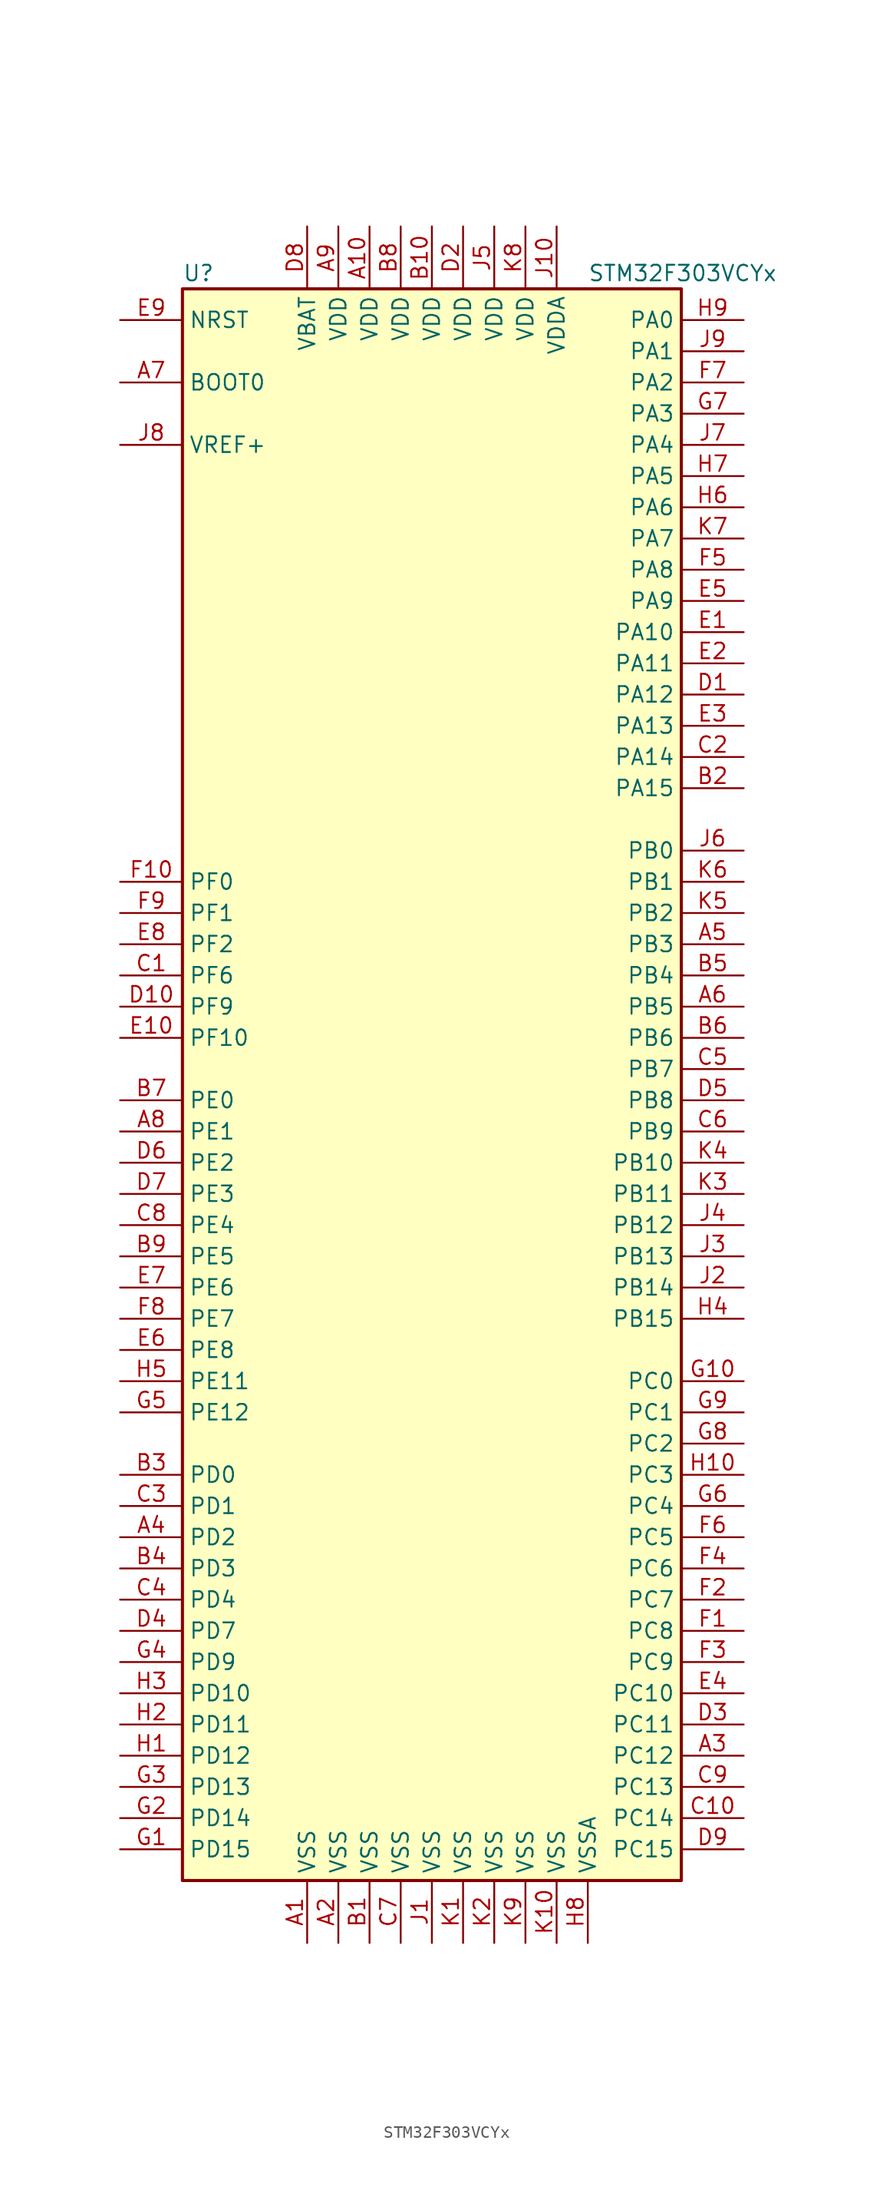
<source format=kicad_sym>
(kicad_symbol_lib
  (version 20201005)
  (generator kicad_symbol_editor)
  (symbol "STM32F303VCYx"
    (property "Reference" "U"
      (at -20.32 64.77 0)
      (effects (font (size 1.27 1.27)) (justify left)))
    (property "Value" "STM32F303VCYx"
      (at 12.7 64.77 0)
      (effects (font (size 1.27 1.27)) (justify left)))
    (symbol "STM32F303VCYx_0_1"
      (rectangle (start -20.32 -66.04) (end 20.32 63.5) (stroke (width 0.254)) (fill (type background))))
    (symbol "STM32F303VCYx_1_1"
      (pin power_in line (at -10.16 -71.12 90) (length 5.08) (name "VSS" (effects (font (size 1.27 1.27)))) (number "A1" (effects (font (size 1.27 1.27)))))
      (pin power_in line (at -5.08 68.58 270) (length 5.08) (name "VDD" (effects (font (size 1.27 1.27)))) (number "A10" (effects (font (size 1.27 1.27)))))
      (pin power_in line (at -7.62 -71.12 90) (length 5.08) (name "VSS" (effects (font (size 1.27 1.27)))) (number "A2" (effects (font (size 1.27 1.27)))))
      (pin bidirectional line (at 25.4 -55.88 180) (length 5.08) (name "PC12" (effects (font (size 1.27 1.27)))) (number "A3" (effects (font (size 1.27 1.27)))))
      (pin bidirectional line (at -25.4 -38.1 0) (length 5.08) (name "PD2" (effects (font (size 1.27 1.27)))) (number "A4" (effects (font (size 1.27 1.27)))))
      (pin bidirectional line (at 25.4 10.16 180) (length 5.08) (name "PB3" (effects (font (size 1.27 1.27)))) (number "A5" (effects (font (size 1.27 1.27)))))
      (pin bidirectional line (at 25.4 5.08 180) (length 5.08) (name "PB5" (effects (font (size 1.27 1.27)))) (number "A6" (effects (font (size 1.27 1.27)))))
      (pin input line (at -25.4 55.88 0) (length 5.08) (name "BOOT0" (effects (font (size 1.27 1.27)))) (number "A7" (effects (font (size 1.27 1.27)))))
      (pin bidirectional line (at -25.4 -5.08 0) (length 5.08) (name "PE1" (effects (font (size 1.27 1.27)))) (number "A8" (effects (font (size 1.27 1.27)))))
      (pin power_in line (at -7.62 68.58 270) (length 5.08) (name "VDD" (effects (font (size 1.27 1.27)))) (number "A9" (effects (font (size 1.27 1.27)))))
      (pin power_in line (at -5.08 -71.12 90) (length 5.08) (name "VSS" (effects (font (size 1.27 1.27)))) (number "B1" (effects (font (size 1.27 1.27)))))
      (pin power_in line (at 0 68.58 270) (length 5.08) (name "VDD" (effects (font (size 1.27 1.27)))) (number "B10" (effects (font (size 1.27 1.27)))))
      (pin bidirectional line (at 25.4 22.86 180) (length 5.08) (name "PA15" (effects (font (size 1.27 1.27)))) (number "B2" (effects (font (size 1.27 1.27)))))
      (pin bidirectional line (at -25.4 -33.02 0) (length 5.08) (name "PD0" (effects (font (size 1.27 1.27)))) (number "B3" (effects (font (size 1.27 1.27)))))
      (pin bidirectional line (at -25.4 -40.64 0) (length 5.08) (name "PD3" (effects (font (size 1.27 1.27)))) (number "B4" (effects (font (size 1.27 1.27)))))
      (pin bidirectional line (at 25.4 7.62 180) (length 5.08) (name "PB4" (effects (font (size 1.27 1.27)))) (number "B5" (effects (font (size 1.27 1.27)))))
      (pin bidirectional line (at 25.4 2.54 180) (length 5.08) (name "PB6" (effects (font (size 1.27 1.27)))) (number "B6" (effects (font (size 1.27 1.27)))))
      (pin bidirectional line (at -25.4 -2.54 0) (length 5.08) (name "PE0" (effects (font (size 1.27 1.27)))) (number "B7" (effects (font (size 1.27 1.27)))))
      (pin power_in line (at -2.54 68.58 270) (length 5.08) (name "VDD" (effects (font (size 1.27 1.27)))) (number "B8" (effects (font (size 1.27 1.27)))))
      (pin bidirectional line (at -25.4 -15.24 0) (length 5.08) (name "PE5" (effects (font (size 1.27 1.27)))) (number "B9" (effects (font (size 1.27 1.27)))))
      (pin bidirectional line (at -25.4 7.62 0) (length 5.08) (name "PF6" (effects (font (size 1.27 1.27)))) (number "C1" (effects (font (size 1.27 1.27)))))
      (pin bidirectional line (at 25.4 -60.96 180) (length 5.08) (name "PC14" (effects (font (size 1.27 1.27)))) (number "C10" (effects (font (size 1.27 1.27)))))
      (pin bidirectional line (at 25.4 25.4 180) (length 5.08) (name "PA14" (effects (font (size 1.27 1.27)))) (number "C2" (effects (font (size 1.27 1.27)))))
      (pin bidirectional line (at -25.4 -35.56 0) (length 5.08) (name "PD1" (effects (font (size 1.27 1.27)))) (number "C3" (effects (font (size 1.27 1.27)))))
      (pin bidirectional line (at -25.4 -43.18 0) (length 5.08) (name "PD4" (effects (font (size 1.27 1.27)))) (number "C4" (effects (font (size 1.27 1.27)))))
      (pin bidirectional line (at 25.4 0 180) (length 5.08) (name "PB7" (effects (font (size 1.27 1.27)))) (number "C5" (effects (font (size 1.27 1.27)))))
      (pin bidirectional line (at 25.4 -5.08 180) (length 5.08) (name "PB9" (effects (font (size 1.27 1.27)))) (number "C6" (effects (font (size 1.27 1.27)))))
      (pin power_in line (at -2.54 -71.12 90) (length 5.08) (name "VSS" (effects (font (size 1.27 1.27)))) (number "C7" (effects (font (size 1.27 1.27)))))
      (pin bidirectional line (at -25.4 -12.7 0) (length 5.08) (name "PE4" (effects (font (size 1.27 1.27)))) (number "C8" (effects (font (size 1.27 1.27)))))
      (pin bidirectional line (at 25.4 -58.42 180) (length 5.08) (name "PC13" (effects (font (size 1.27 1.27)))) (number "C9" (effects (font (size 1.27 1.27)))))
      (pin bidirectional line (at 25.4 30.48 180) (length 5.08) (name "PA12" (effects (font (size 1.27 1.27)))) (number "D1" (effects (font (size 1.27 1.27)))))
      (pin bidirectional line (at -25.4 5.08 0) (length 5.08) (name "PF9" (effects (font (size 1.27 1.27)))) (number "D10" (effects (font (size 1.27 1.27)))))
      (pin power_in line (at 2.54 68.58 270) (length 5.08) (name "VDD" (effects (font (size 1.27 1.27)))) (number "D2" (effects (font (size 1.27 1.27)))))
      (pin bidirectional line (at 25.4 -53.34 180) (length 5.08) (name "PC11" (effects (font (size 1.27 1.27)))) (number "D3" (effects (font (size 1.27 1.27)))))
      (pin bidirectional line (at -25.4 -45.72 0) (length 5.08) (name "PD7" (effects (font (size 1.27 1.27)))) (number "D4" (effects (font (size 1.27 1.27)))))
      (pin bidirectional line (at 25.4 -2.54 180) (length 5.08) (name "PB8" (effects (font (size 1.27 1.27)))) (number "D5" (effects (font (size 1.27 1.27)))))
      (pin bidirectional line (at -25.4 -7.62 0) (length 5.08) (name "PE2" (effects (font (size 1.27 1.27)))) (number "D6" (effects (font (size 1.27 1.27)))))
      (pin bidirectional line (at -25.4 -10.16 0) (length 5.08) (name "PE3" (effects (font (size 1.27 1.27)))) (number "D7" (effects (font (size 1.27 1.27)))))
      (pin power_in line (at -10.16 68.58 270) (length 5.08) (name "VBAT" (effects (font (size 1.27 1.27)))) (number "D8" (effects (font (size 1.27 1.27)))))
      (pin bidirectional line (at 25.4 -63.5 180) (length 5.08) (name "PC15" (effects (font (size 1.27 1.27)))) (number "D9" (effects (font (size 1.27 1.27)))))
      (pin bidirectional line (at 25.4 35.56 180) (length 5.08) (name "PA10" (effects (font (size 1.27 1.27)))) (number "E1" (effects (font (size 1.27 1.27)))))
      (pin bidirectional line (at -25.4 2.54 0) (length 5.08) (name "PF10" (effects (font (size 1.27 1.27)))) (number "E10" (effects (font (size 1.27 1.27)))))
      (pin bidirectional line (at 25.4 33.02 180) (length 5.08) (name "PA11" (effects (font (size 1.27 1.27)))) (number "E2" (effects (font (size 1.27 1.27)))))
      (pin bidirectional line (at 25.4 27.94 180) (length 5.08) (name "PA13" (effects (font (size 1.27 1.27)))) (number "E3" (effects (font (size 1.27 1.27)))))
      (pin bidirectional line (at 25.4 -50.8 180) (length 5.08) (name "PC10" (effects (font (size 1.27 1.27)))) (number "E4" (effects (font (size 1.27 1.27)))))
      (pin bidirectional line (at 25.4 38.1 180) (length 5.08) (name "PA9" (effects (font (size 1.27 1.27)))) (number "E5" (effects (font (size 1.27 1.27)))))
      (pin bidirectional line (at -25.4 -22.86 0) (length 5.08) (name "PE8" (effects (font (size 1.27 1.27)))) (number "E6" (effects (font (size 1.27 1.27)))))
      (pin bidirectional line (at -25.4 -17.78 0) (length 5.08) (name "PE6" (effects (font (size 1.27 1.27)))) (number "E7" (effects (font (size 1.27 1.27)))))
      (pin bidirectional line (at -25.4 10.16 0) (length 5.08) (name "PF2" (effects (font (size 1.27 1.27)))) (number "E8" (effects (font (size 1.27 1.27)))))
      (pin input line (at -25.4 60.96 0) (length 5.08) (name "NRST" (effects (font (size 1.27 1.27)))) (number "E9" (effects (font (size 1.27 1.27)))))
      (pin bidirectional line (at 25.4 -45.72 180) (length 5.08) (name "PC8" (effects (font (size 1.27 1.27)))) (number "F1" (effects (font (size 1.27 1.27)))))
      (pin input line (at -25.4 15.24 0) (length 5.08) (name "PF0" (effects (font (size 1.27 1.27)))) (number "F10" (effects (font (size 1.27 1.27)))))
      (pin bidirectional line (at 25.4 -43.18 180) (length 5.08) (name "PC7" (effects (font (size 1.27 1.27)))) (number "F2" (effects (font (size 1.27 1.27)))))
      (pin bidirectional line (at 25.4 -48.26 180) (length 5.08) (name "PC9" (effects (font (size 1.27 1.27)))) (number "F3" (effects (font (size 1.27 1.27)))))
      (pin bidirectional line (at 25.4 -40.64 180) (length 5.08) (name "PC6" (effects (font (size 1.27 1.27)))) (number "F4" (effects (font (size 1.27 1.27)))))
      (pin bidirectional line (at 25.4 40.64 180) (length 5.08) (name "PA8" (effects (font (size 1.27 1.27)))) (number "F5" (effects (font (size 1.27 1.27)))))
      (pin bidirectional line (at 25.4 -38.1 180) (length 5.08) (name "PC5" (effects (font (size 1.27 1.27)))) (number "F6" (effects (font (size 1.27 1.27)))))
      (pin bidirectional line (at 25.4 55.88 180) (length 5.08) (name "PA2" (effects (font (size 1.27 1.27)))) (number "F7" (effects (font (size 1.27 1.27)))))
      (pin bidirectional line (at -25.4 -20.32 0) (length 5.08) (name "PE7" (effects (font (size 1.27 1.27)))) (number "F8" (effects (font (size 1.27 1.27)))))
      (pin input line (at -25.4 12.7 0) (length 5.08) (name "PF1" (effects (font (size 1.27 1.27)))) (number "F9" (effects (font (size 1.27 1.27)))))
      (pin bidirectional line (at -25.4 -63.5 0) (length 5.08) (name "PD15" (effects (font (size 1.27 1.27)))) (number "G1" (effects (font (size 1.27 1.27)))))
      (pin bidirectional line (at 25.4 -25.4 180) (length 5.08) (name "PC0" (effects (font (size 1.27 1.27)))) (number "G10" (effects (font (size 1.27 1.27)))))
      (pin bidirectional line (at -25.4 -60.96 0) (length 5.08) (name "PD14" (effects (font (size 1.27 1.27)))) (number "G2" (effects (font (size 1.27 1.27)))))
      (pin bidirectional line (at -25.4 -58.42 0) (length 5.08) (name "PD13" (effects (font (size 1.27 1.27)))) (number "G3" (effects (font (size 1.27 1.27)))))
      (pin bidirectional line (at -25.4 -48.26 0) (length 5.08) (name "PD9" (effects (font (size 1.27 1.27)))) (number "G4" (effects (font (size 1.27 1.27)))))
      (pin bidirectional line (at -25.4 -27.94 0) (length 5.08) (name "PE12" (effects (font (size 1.27 1.27)))) (number "G5" (effects (font (size 1.27 1.27)))))
      (pin bidirectional line (at 25.4 -35.56 180) (length 5.08) (name "PC4" (effects (font (size 1.27 1.27)))) (number "G6" (effects (font (size 1.27 1.27)))))
      (pin bidirectional line (at 25.4 53.34 180) (length 5.08) (name "PA3" (effects (font (size 1.27 1.27)))) (number "G7" (effects (font (size 1.27 1.27)))))
      (pin bidirectional line (at 25.4 -30.48 180) (length 5.08) (name "PC2" (effects (font (size 1.27 1.27)))) (number "G8" (effects (font (size 1.27 1.27)))))
      (pin bidirectional line (at 25.4 -27.94 180) (length 5.08) (name "PC1" (effects (font (size 1.27 1.27)))) (number "G9" (effects (font (size 1.27 1.27)))))
      (pin bidirectional line (at -25.4 -55.88 0) (length 5.08) (name "PD12" (effects (font (size 1.27 1.27)))) (number "H1" (effects (font (size 1.27 1.27)))))
      (pin bidirectional line (at 25.4 -33.02 180) (length 5.08) (name "PC3" (effects (font (size 1.27 1.27)))) (number "H10" (effects (font (size 1.27 1.27)))))
      (pin bidirectional line (at -25.4 -53.34 0) (length 5.08) (name "PD11" (effects (font (size 1.27 1.27)))) (number "H2" (effects (font (size 1.27 1.27)))))
      (pin bidirectional line (at -25.4 -50.8 0) (length 5.08) (name "PD10" (effects (font (size 1.27 1.27)))) (number "H3" (effects (font (size 1.27 1.27)))))
      (pin bidirectional line (at 25.4 -20.32 180) (length 5.08) (name "PB15" (effects (font (size 1.27 1.27)))) (number "H4" (effects (font (size 1.27 1.27)))))
      (pin bidirectional line (at -25.4 -25.4 0) (length 5.08) (name "PE11" (effects (font (size 1.27 1.27)))) (number "H5" (effects (font (size 1.27 1.27)))))
      (pin bidirectional line (at 25.4 45.72 180) (length 5.08) (name "PA6" (effects (font (size 1.27 1.27)))) (number "H6" (effects (font (size 1.27 1.27)))))
      (pin bidirectional line (at 25.4 48.26 180) (length 5.08) (name "PA5" (effects (font (size 1.27 1.27)))) (number "H7" (effects (font (size 1.27 1.27)))))
      (pin power_in line (at 12.7 -71.12 90) (length 5.08) (name "VSSA" (effects (font (size 1.27 1.27)))) (number "H8" (effects (font (size 1.27 1.27)))))
      (pin bidirectional line (at 25.4 60.96 180) (length 5.08) (name "PA0" (effects (font (size 1.27 1.27)))) (number "H9" (effects (font (size 1.27 1.27)))))
      (pin power_in line (at 0 -71.12 90) (length 5.08) (name "VSS" (effects (font (size 1.27 1.27)))) (number "J1" (effects (font (size 1.27 1.27)))))
      (pin power_in line (at 10.16 68.58 270) (length 5.08) (name "VDDA" (effects (font (size 1.27 1.27)))) (number "J10" (effects (font (size 1.27 1.27)))))
      (pin bidirectional line (at 25.4 -17.78 180) (length 5.08) (name "PB14" (effects (font (size 1.27 1.27)))) (number "J2" (effects (font (size 1.27 1.27)))))
      (pin bidirectional line (at 25.4 -15.24 180) (length 5.08) (name "PB13" (effects (font (size 1.27 1.27)))) (number "J3" (effects (font (size 1.27 1.27)))))
      (pin bidirectional line (at 25.4 -12.7 180) (length 5.08) (name "PB12" (effects (font (size 1.27 1.27)))) (number "J4" (effects (font (size 1.27 1.27)))))
      (pin power_in line (at 5.08 68.58 270) (length 5.08) (name "VDD" (effects (font (size 1.27 1.27)))) (number "J5" (effects (font (size 1.27 1.27)))))
      (pin bidirectional line (at 25.4 17.78 180) (length 5.08) (name "PB0" (effects (font (size 1.27 1.27)))) (number "J6" (effects (font (size 1.27 1.27)))))
      (pin bidirectional line (at 25.4 50.8 180) (length 5.08) (name "PA4" (effects (font (size 1.27 1.27)))) (number "J7" (effects (font (size 1.27 1.27)))))
      (pin power_in line (at -25.4 50.8 0) (length 5.08) (name "VREF+" (effects (font (size 1.27 1.27)))) (number "J8" (effects (font (size 1.27 1.27)))))
      (pin bidirectional line (at 25.4 58.42 180) (length 5.08) (name "PA1" (effects (font (size 1.27 1.27)))) (number "J9" (effects (font (size 1.27 1.27)))))
      (pin power_in line (at 2.54 -71.12 90) (length 5.08) (name "VSS" (effects (font (size 1.27 1.27)))) (number "K1" (effects (font (size 1.27 1.27)))))
      (pin power_in line (at 10.16 -71.12 90) (length 5.08) (name "VSS" (effects (font (size 1.27 1.27)))) (number "K10" (effects (font (size 1.27 1.27)))))
      (pin power_in line (at 5.08 -71.12 90) (length 5.08) (name "VSS" (effects (font (size 1.27 1.27)))) (number "K2" (effects (font (size 1.27 1.27)))))
      (pin bidirectional line (at 25.4 -10.16 180) (length 5.08) (name "PB11" (effects (font (size 1.27 1.27)))) (number "K3" (effects (font (size 1.27 1.27)))))
      (pin bidirectional line (at 25.4 -7.62 180) (length 5.08) (name "PB10" (effects (font (size 1.27 1.27)))) (number "K4" (effects (font (size 1.27 1.27)))))
      (pin bidirectional line (at 25.4 12.7 180) (length 5.08) (name "PB2" (effects (font (size 1.27 1.27)))) (number "K5" (effects (font (size 1.27 1.27)))))
      (pin bidirectional line (at 25.4 15.24 180) (length 5.08) (name "PB1" (effects (font (size 1.27 1.27)))) (number "K6" (effects (font (size 1.27 1.27)))))
      (pin bidirectional line (at 25.4 43.18 180) (length 5.08) (name "PA7" (effects (font (size 1.27 1.27)))) (number "K7" (effects (font (size 1.27 1.27)))))
      (pin power_in line (at 7.62 68.58 270) (length 5.08) (name "VDD" (effects (font (size 1.27 1.27)))) (number "K8" (effects (font (size 1.27 1.27)))))
      (pin power_in line (at 7.62 -71.12 90) (length 5.08) (name "VSS" (effects (font (size 1.27 1.27)))) (number "K9" (effects (font (size 1.27 1.27))))))))
</source>
